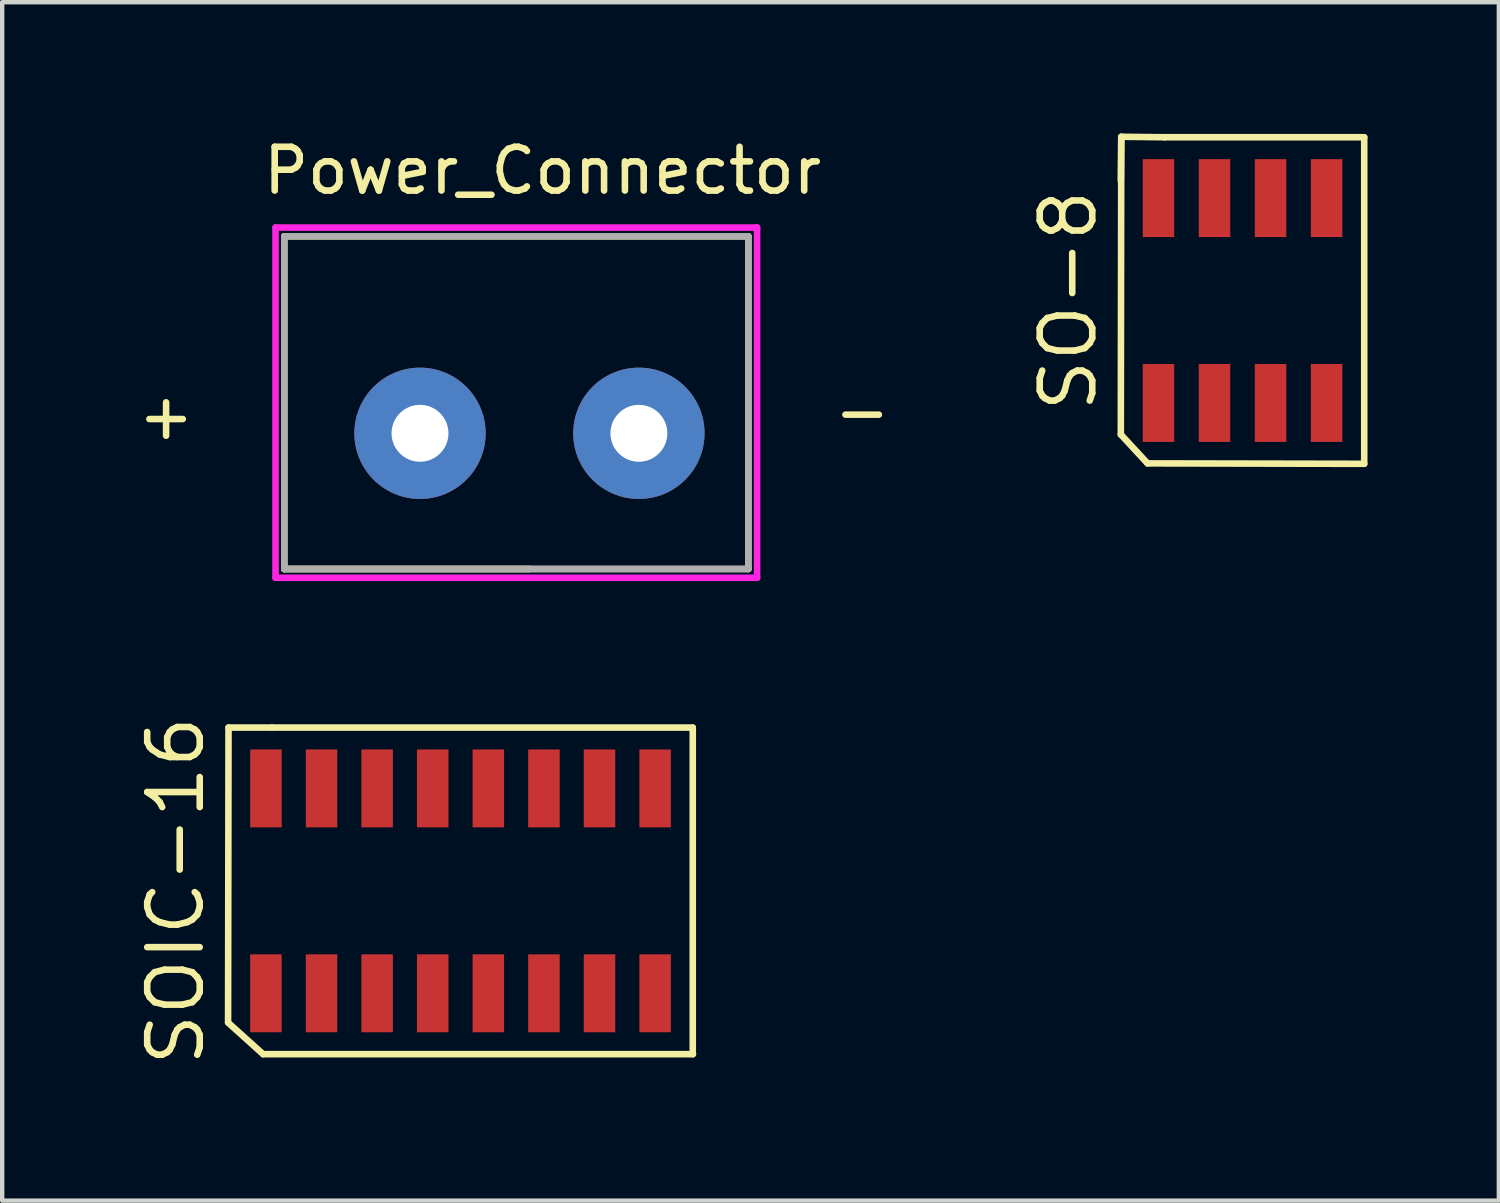
<source format=kicad_pcb>
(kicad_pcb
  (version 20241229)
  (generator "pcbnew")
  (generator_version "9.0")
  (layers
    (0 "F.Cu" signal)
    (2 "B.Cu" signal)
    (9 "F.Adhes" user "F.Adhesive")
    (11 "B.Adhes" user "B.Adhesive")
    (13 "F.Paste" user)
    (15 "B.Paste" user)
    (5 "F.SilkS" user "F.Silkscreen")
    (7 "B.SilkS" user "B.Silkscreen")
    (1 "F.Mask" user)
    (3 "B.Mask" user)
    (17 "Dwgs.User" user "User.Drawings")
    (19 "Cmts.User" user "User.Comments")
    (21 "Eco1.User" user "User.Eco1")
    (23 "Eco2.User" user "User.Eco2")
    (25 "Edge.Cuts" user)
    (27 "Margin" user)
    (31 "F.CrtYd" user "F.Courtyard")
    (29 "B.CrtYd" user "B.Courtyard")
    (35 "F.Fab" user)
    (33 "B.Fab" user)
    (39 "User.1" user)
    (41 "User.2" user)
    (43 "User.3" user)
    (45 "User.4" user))
  (footprint "SOIC-16"
    (layer "F.Cu")
    (at 7.47 17.3)
    (property "Reference" "SOIC-16" (at -6.505 0 90) (layer "F.SilkS") (effects (font (size 1.2 1.2) (thickness 0.15))))
    (attr through_hole)
    (fp_line (start -5.31 3) (end -5.3 -3.73) (stroke (width 0.15) (type solid)) (layer "F.SilkS"))
    (fp_line (start -4.51 3.73) (end -5.31 3.01) (stroke (width 0.15) (type solid)) (layer "F.SilkS"))
    (fp_line (start -4.51 3.73) (end 5.31 3.73) (stroke (width 0.15) (type solid)) (layer "F.SilkS"))
    (fp_line (start -4.31 -3.73) (end -5.3 -3.73) (stroke (width 0.15) (type solid)) (layer "F.SilkS"))
    (fp_line (start 5.305 -3.73) (end -4.305 -3.73) (stroke (width 0.15) (type solid)) (layer "F.SilkS"))
    (fp_line (start 5.305 3.73) (end 5.305 -3.73) (stroke (width 0.15) (type solid)) (layer "F.SilkS"))
    (pad "1" smd rect (at -4.445 2.34) (size 0.72 1.78) (layers "F.Cu" "F.Mask" "F.Paste"))
    (pad "2" smd rect (at -3.175 2.34) (size 0.72 1.78) (layers "F.Cu" "F.Mask" "F.Paste"))
    (pad "3" smd rect (at -1.905 2.34) (size 0.72 1.78) (layers "F.Cu" "F.Mask" "F.Paste"))
    (pad "4" smd rect (at -0.635 2.34) (size 0.72 1.78) (layers "F.Cu" "F.Mask" "F.Paste"))
    (pad "5" smd rect (at 0.635 2.34) (size 0.72 1.78) (layers "F.Cu" "F.Mask" "F.Paste"))
    (pad "6" smd rect (at 1.905 2.34) (size 0.72 1.78) (layers "F.Cu" "F.Mask" "F.Paste"))
    (pad "7" smd rect (at 3.175 2.34) (size 0.72 1.78) (layers "F.Cu" "F.Mask" "F.Paste"))
    (pad "8" smd rect (at 4.445 2.34) (size 0.72 1.78) (layers "F.Cu" "F.Mask" "F.Paste"))
    (pad "9" smd rect (at 4.445 -2.34) (size 0.72 1.78) (layers "F.Cu" "F.Mask" "F.Paste"))
    (pad "10" smd rect (at 3.175 -2.34) (size 0.72 1.78) (layers "F.Cu" "F.Mask" "F.Paste"))
    (pad "11" smd rect (at 1.905 -2.34) (size 0.72 1.78) (layers "F.Cu" "F.Mask" "F.Paste"))
    (pad "12" smd rect (at 0.635 -2.34) (size 0.72 1.78) (layers "F.Cu" "F.Mask" "F.Paste"))
    (pad "13" smd rect (at -0.635 -2.34) (size 0.72 1.78) (layers "F.Cu" "F.Mask" "F.Paste"))
    (pad "14" smd rect (at -1.905 -2.34) (size 0.72 1.78) (layers "F.Cu" "F.Mask" "F.Paste"))
    (pad "15" smd rect (at -3.175 -2.34) (size 0.72 1.78) (layers "F.Cu" "F.Mask" "F.Paste"))
    (pad "16" smd rect (at -4.445 -2.34) (size 0.72 1.78) (layers "F.Cu" "F.Mask" "F.Paste")))
  (footprint "Power_Connector"
    (layer "F.Cu")
    (at 4.044 2.348)
    (property "Reference" "Power_Connector" (at 5.3 -1.5 0) (layer "F.SilkS") (effects (font (size 1 1) (thickness 0.15))))
    (attr through_hole)
    (fp_line (start -0.6 0) (end 10 0) (stroke (width 0.15) (type solid)) (layer "F.SilkS"))
    (fp_line (start -0.6 7.6) (end -0.6 0) (stroke (width 0.15) (type solid)) (layer "F.SilkS"))
    (fp_line (start 5 7.6) (end -0.6 7.6) (stroke (width 0.15) (type solid)) (layer "F.SilkS"))
    (fp_line (start 10 0) (end 10 7.6) (stroke (width 0.15) (type solid)) (layer "F.SilkS"))
    (fp_line (start 10 7.6) (end -0.6 7.6) (stroke (width 0.15) (type solid)) (layer "F.SilkS"))
    (fp_line (start -0.8 -0.2) (end -0.8 7.8) (stroke (width 0.15) (type solid)) (layer "F.CrtYd"))
    (fp_line (start -0.8 7.8) (end 10.2 7.8) (stroke (width 0.15) (type solid)) (layer "F.CrtYd"))
    (fp_line (start 10.2 -0.2) (end -0.8 -0.2) (stroke (width 0.15) (type solid)) (layer "F.CrtYd"))
    (fp_line (start 10.2 7.8) (end 10.2 -0.2) (stroke (width 0.15) (type solid)) (layer "F.CrtYd"))
    (fp_line (start -0.6 0) (end 10 0) (stroke (width 0.15) (type solid)) (layer "F.Fab"))
    (fp_line (start -0.6 7.6) (end -0.6 0) (stroke (width 0.15) (type solid)) (layer "F.Fab"))
    (fp_line (start 10 0) (end 10 7.6) (stroke (width 0.15) (type solid)) (layer "F.Fab"))
    (fp_line (start 10 7.6) (end -0.6 7.6) (stroke (width 0.15) (type solid)) (layer "F.Fab"))
    (fp_text user "-" (at 12.6 4 0) (layer "F.SilkS") (effects (font (size 1 1) (thickness 0.15))))
    (fp_text user "+" (at -3.3 4.1 0) (layer "F.SilkS") (effects (font (size 1 1) (thickness 0.15))))
    (pad "1" thru_hole circle (at 2.5 4.5) (size 3 3) (drill 1.3) (layers "*.Cu" "*.Mask"))
    (pad "2" thru_hole circle (at 7.5 4.5) (size 3 3) (drill 1.3) (layers "*.Cu" "*.Mask")))
  (footprint "SO-8"
    (layer "F.Cu")
    (at 25.333 3.815)
    (property "Reference" "SO-8" (at -3.98 0 90) (layer "F.SilkS") (effects (font (size 1.2 1.2) (thickness 0.15))))
    (attr through_hole)
    (fp_line (start -2.78 -2.74) (end -2.77 -3.74) (stroke (width 0.15) (type solid)) (layer "F.SilkS"))
    (fp_line (start -2.78 3.06) (end -2.77 -3.74) (stroke (width 0.15) (type solid)) (layer "F.SilkS"))
    (fp_line (start -2.17 3.72) (end -2.78 3.06) (stroke (width 0.15) (type solid)) (layer "F.SilkS"))
    (fp_line (start -1.78 -3.73) (end -2.75 -3.74) (stroke (width 0.15) (type solid)) (layer "F.SilkS"))
    (fp_line (start 2.78 -3.73) (end -1.78 -3.73) (stroke (width 0.15) (type solid)) (layer "F.SilkS"))
    (fp_line (start 2.78 3.73) (end -2.17 3.72) (stroke (width 0.15) (type solid)) (layer "F.SilkS"))
    (fp_line (start 2.78 3.73) (end 2.78 -3.73) (stroke (width 0.15) (type solid)) (layer "F.SilkS"))
    (pad "1" smd rect (at -1.92 2.34) (size 0.72 1.78) (layers "F.Cu" "F.Mask" "F.Paste"))
    (pad "2" smd rect (at -0.64 2.34) (size 0.72 1.78) (layers "F.Cu" "F.Mask" "F.Paste"))
    (pad "3" smd rect (at 0.64 2.34) (size 0.72 1.78) (layers "F.Cu" "F.Mask" "F.Paste"))
    (pad "4" smd rect (at 1.92 2.34) (size 0.72 1.78) (layers "F.Cu" "F.Mask" "F.Paste"))
    (pad "5" smd rect (at 1.92 -2.34) (size 0.72 1.78) (layers "F.Cu" "F.Mask" "F.Paste"))
    (pad "6" smd rect (at 0.64 -2.34) (size 0.72 1.78) (layers "F.Cu" "F.Mask" "F.Paste"))
    (pad "7" smd rect (at -0.64 -2.34) (size 0.72 1.78) (layers "F.Cu" "F.Mask" "F.Paste"))
    (pad "8" smd rect (at -1.92 -2.34) (size 0.72 1.78) (layers "F.Cu" "F.Mask" "F.Paste")))
  (gr_rect
    (start -3 -3)
    (end 31.188 24.376)
    (stroke (width 0.1) (type default))
    (fill no)
    (layer "Edge.Cuts")))
</source>
